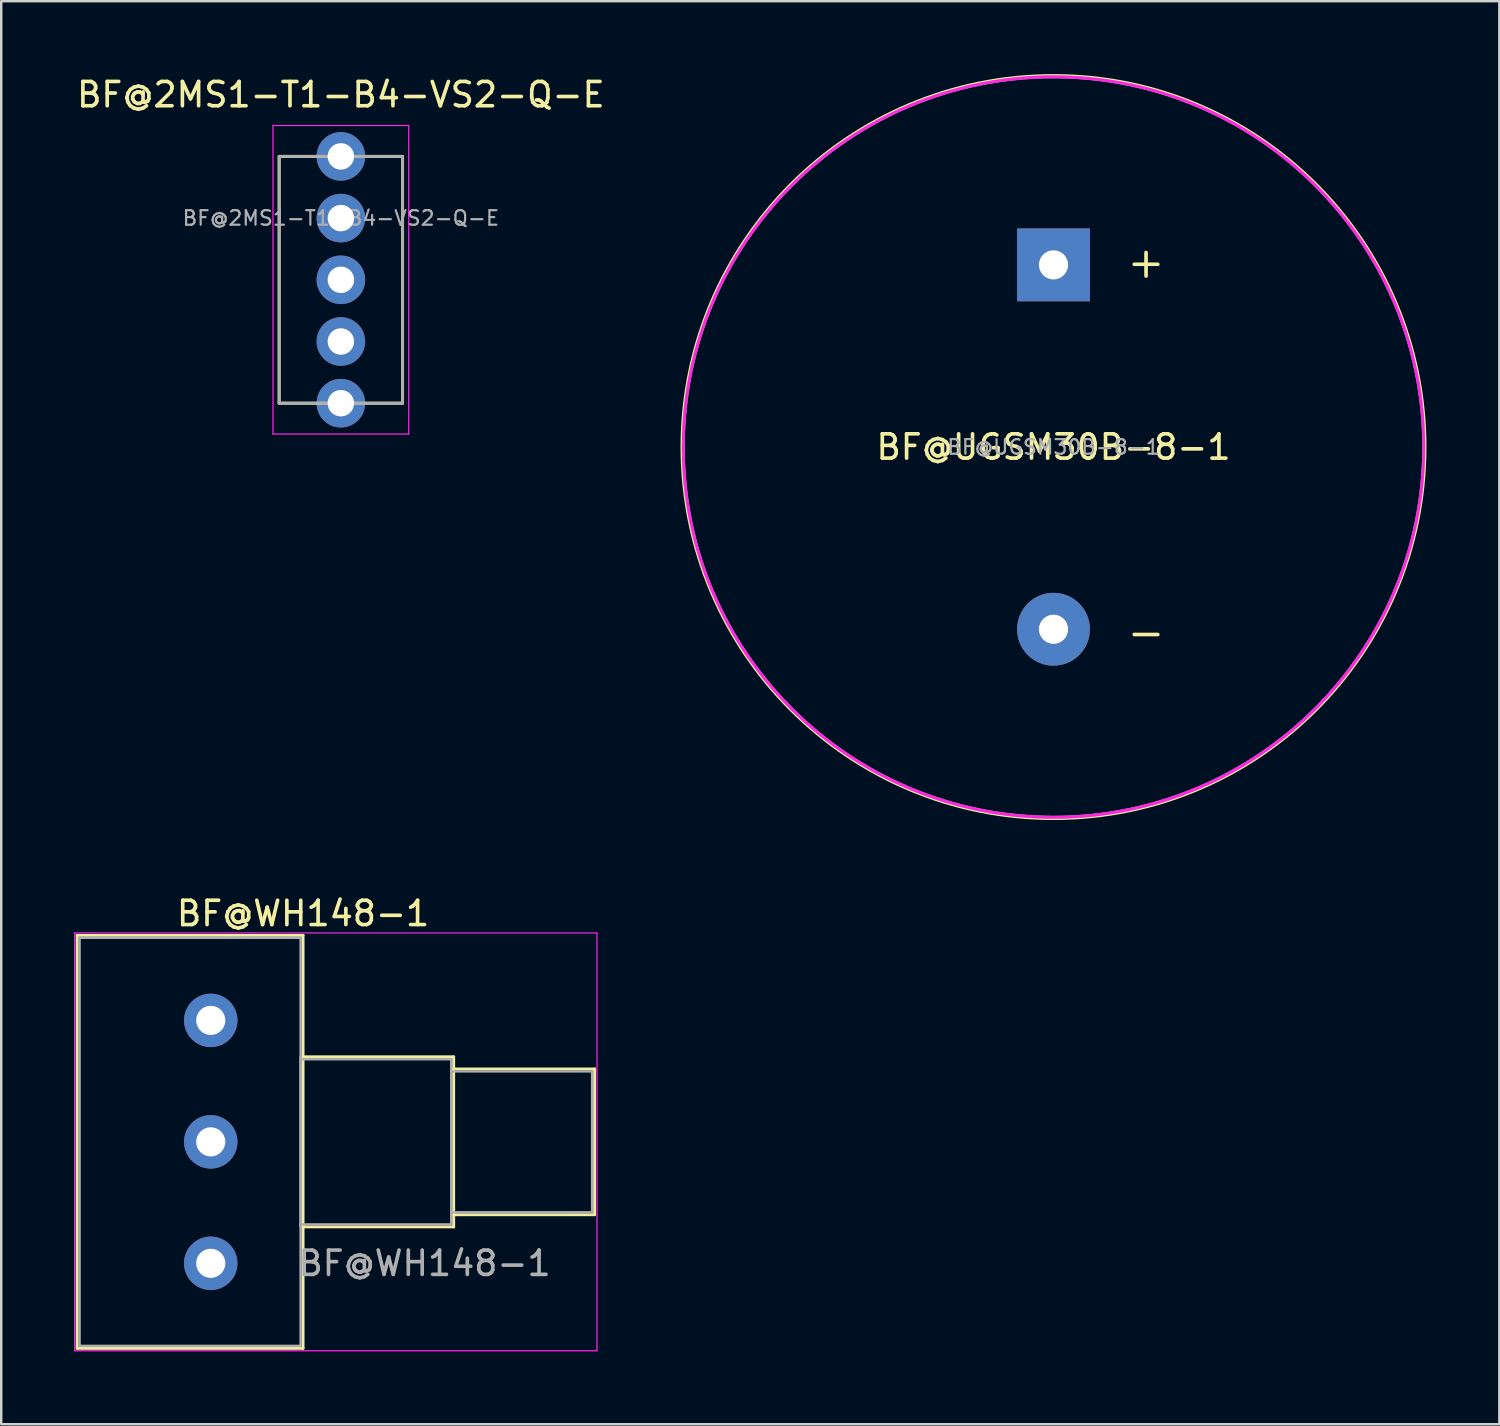
<source format=kicad_pcb>
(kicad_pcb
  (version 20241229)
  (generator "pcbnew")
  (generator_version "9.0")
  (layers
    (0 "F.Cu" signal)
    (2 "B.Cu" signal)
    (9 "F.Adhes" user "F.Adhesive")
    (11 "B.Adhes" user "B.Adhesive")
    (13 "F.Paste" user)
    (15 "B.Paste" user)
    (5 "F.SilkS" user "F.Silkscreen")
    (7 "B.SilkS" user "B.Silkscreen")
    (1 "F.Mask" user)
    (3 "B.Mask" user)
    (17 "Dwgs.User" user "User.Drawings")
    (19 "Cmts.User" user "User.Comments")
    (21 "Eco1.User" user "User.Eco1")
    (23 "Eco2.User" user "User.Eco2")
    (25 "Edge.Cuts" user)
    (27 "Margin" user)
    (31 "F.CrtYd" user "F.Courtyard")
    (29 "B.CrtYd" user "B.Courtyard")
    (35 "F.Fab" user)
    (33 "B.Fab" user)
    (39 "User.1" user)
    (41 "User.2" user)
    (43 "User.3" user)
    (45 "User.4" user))
  (footprint "BF@UGSM30B-8-1"
    (layer "F.Cu")
    (at 40.317 15.353)
    (property "Reference" "BF@UGSM30B-8-1" (at 0 0 0) (layer "F.SilkS") (effects (font (size 1 1) (thickness 0.15))))
    (attr through_hole)
    (fp_circle (center 0 0) (end 1.27 -15.24) (stroke (width 0.12) (type solid)) (fill no) (layer "F.SilkS"))
    (fp_circle (center 0 0) (end 15.24 0) (stroke (width 0.12) (type solid)) (fill no) (layer "F.CrtYd"))
    (fp_circle (center 0 0) (end 15.24 0) (stroke (width 0.12) (type solid)) (fill no) (layer "F.Fab"))
    (fp_text user "+" (at 3.81 -7.62 0) (layer "F.SilkS") (effects (font (size 1.27 1.27) (thickness 0.15))))
    (fp_text user "-" (at 3.81 7.62 0) (layer "F.SilkS") (effects (font (size 1.27 1.27) (thickness 0.15))))
    (fp_text user "${REFERENCE}" (at 0 0 0) (layer "F.Fab") (effects (font (size 0.6 0.6) (thickness 0.09))))
    (pad "1" thru_hole rect (at 0 -7.5) (size 3 3) (drill 1.2) (layers "*.Cu" "*.Mask"))
    (pad "2" thru_hole circle (at 0 7.5) (size 3 3) (drill 1.2) (layers "*.Cu" "*.Mask")))
  (footprint "BF@WH148-1"
    (layer "F.Cu")
    (at 9.425 43.954)
    (property "Reference" "BF@WH148-1" (at 0 -9.4 0) (layer "F.SilkS") (effects (font (size 1 1) (thickness 0.15))))
    (attr through_hole)
    (fp_line (start -9.3 -8.5) (end -9.3 8.5) (stroke (width 0.12) (type solid)) (layer "F.SilkS"))
    (fp_line (start -9.3 -8.5) (end 0 -8.5) (stroke (width 0.12) (type solid)) (layer "F.SilkS"))
    (fp_line (start -9.3 8.5) (end 0 8.5) (stroke (width 0.12) (type solid)) (layer "F.SilkS"))
    (fp_line (start 0 -8.5) (end 0 8.5) (stroke (width 0.12) (type solid)) (layer "F.SilkS"))
    (fp_line (start 0.02 -3.5) (end 6.2 -3.5) (stroke (width 0.12) (type solid)) (layer "F.SilkS"))
    (fp_line (start 0.02 3.5) (end 6.2 3.5) (stroke (width 0.12) (type solid)) (layer "F.SilkS"))
    (fp_line (start 6.2 -3.5) (end 6.2 3.5) (stroke (width 0.12) (type solid)) (layer "F.SilkS"))
    (fp_line (start 6.2 -3) (end 12 -3) (stroke (width 0.12) (type solid)) (layer "F.SilkS"))
    (fp_line (start 6.2 3) (end 12 3) (stroke (width 0.12) (type solid)) (layer "F.SilkS"))
    (fp_line (start 12 -3) (end 12 3) (stroke (width 0.12) (type solid)) (layer "F.SilkS"))
    (fp_line (start -9.4 -8.6) (end -9.4 8.6) (stroke (width 0.05) (type solid)) (layer "F.CrtYd"))
    (fp_line (start -9.4 8.6) (end 12.1 8.6) (stroke (width 0.05) (type solid)) (layer "F.CrtYd"))
    (fp_line (start 12.1 -8.6) (end -9.4 -8.6) (stroke (width 0.05) (type solid)) (layer "F.CrtYd"))
    (fp_line (start 12.1 8.6) (end 12.1 -8.6) (stroke (width 0.05) (type solid)) (layer "F.CrtYd"))
    (fp_line (start -9.2 -8.4) (end -9.2 8.4) (stroke (width 0.1) (type solid)) (layer "F.Fab"))
    (fp_line (start -9.2 8.4) (end -0.1 8.4) (stroke (width 0.1) (type solid)) (layer "F.Fab"))
    (fp_line (start -0.1 -8.4) (end -9.2 -8.4) (stroke (width 0.1) (type solid)) (layer "F.Fab"))
    (fp_line (start -0.1 -3.5) (end -0.1 3.5) (stroke (width 0.1) (type solid)) (layer "F.Fab"))
    (fp_line (start -0.1 3.4) (end 6.1 3.4) (stroke (width 0.1) (type solid)) (layer "F.Fab"))
    (fp_line (start -0.1 8.4) (end -0.1 -8.4) (stroke (width 0.1) (type solid)) (layer "F.Fab"))
    (fp_line (start 6.1 -3.4) (end -0.1 -3.4) (stroke (width 0.1) (type solid)) (layer "F.Fab"))
    (fp_line (start 6.1 2.9) (end 11.9 2.9) (stroke (width 0.1) (type solid)) (layer "F.Fab"))
    (fp_line (start 6.1 3.4) (end 6.1 -3.4) (stroke (width 0.1) (type solid)) (layer "F.Fab"))
    (fp_line (start 11.9 -2.9) (end 6.1 -2.9) (stroke (width 0.1) (type solid)) (layer "F.Fab"))
    (fp_line (start 11.9 2.9) (end 11.9 -2.9) (stroke (width 0.1) (type solid)) (layer "F.Fab"))
    (fp_text user "${REFERENCE}" (at 5 5 0) (layer "F.Fab") (effects (font (size 1 1) (thickness 0.15))))
    (pad "1" thru_hole circle (at -3.8 5) (size 2.2 2.2) (drill 1.2) (layers "*.Cu" "*.Mask"))
    (pad "2" thru_hole circle (at -3.8 0) (size 2.2 2.2) (drill 1.2) (layers "*.Cu" "*.Mask"))
    (pad "3" thru_hole circle (at -3.8 -5) (size 2.2 2.2) (drill 1.2) (layers "*.Cu" "*.Mask")))
  (footprint "BF@2MS1-T1-B4-VS2-Q-E"
    (layer "F.Cu")
    (at 10.982 5.928)
    (property "Reference" "BF@2MS1-T1-B4-VS2-Q-E" (at 0 -5.08 0) (layer "F.SilkS") (effects (font (size 1 1) (thickness 0.15))))
    (attr through_hole)
    (fp_line (start -2.54 -2.54) (end -2.54 7.62) (stroke (width 0.12) (type solid)) (layer "F.SilkS"))
    (fp_line (start -2.54 7.62) (end 2.54 7.62) (stroke (width 0.12) (type solid)) (layer "F.SilkS"))
    (fp_line (start 2.54 -2.54) (end -2.54 -2.54) (stroke (width 0.12) (type solid)) (layer "F.SilkS"))
    (fp_line (start 2.54 7.62) (end 2.54 -2.54) (stroke (width 0.12) (type solid)) (layer "F.SilkS"))
    (fp_line (start -2.794 -3.81) (end -2.794 8.89) (stroke (width 0.05) (type solid)) (layer "F.CrtYd"))
    (fp_line (start -2.794 8.89) (end 2.794 8.89) (stroke (width 0.05) (type solid)) (layer "F.CrtYd"))
    (fp_line (start 2.794 -3.81) (end -2.794 -3.81) (stroke (width 0.05) (type solid)) (layer "F.CrtYd"))
    (fp_line (start 2.794 8.89) (end 2.794 -3.81) (stroke (width 0.05) (type solid)) (layer "F.CrtYd"))
    (fp_line (start -2.54 -2.54) (end 2.54 -2.54) (stroke (width 0.12) (type solid)) (layer "F.Fab"))
    (fp_line (start -2.54 7.62) (end -2.54 -2.54) (stroke (width 0.12) (type solid)) (layer "F.Fab"))
    (fp_line (start 2.54 -2.54) (end 2.54 7.62) (stroke (width 0.12) (type solid)) (layer "F.Fab"))
    (fp_line (start 2.54 7.62) (end -2.54 7.62) (stroke (width 0.12) (type solid)) (layer "F.Fab"))
    (fp_text user "${REFERENCE}" (at 0 0 0) (layer "F.Fab") (effects (font (size 0.6 0.6) (thickness 0.09))))
    (pad "1" thru_hole circle (at 0 0) (size 2 2) (drill 1.09) (layers "*.Cu" "*.Mask"))
    (pad "2" thru_hole circle (at 0 2.54) (size 2 2) (drill 1.09) (layers "*.Cu" "*.Mask"))
    (pad "3" thru_hole circle (at 0 5.08) (size 2 2) (drill 1.09) (layers "*.Cu" "*.Mask"))
    (pad "4" thru_hole circle (at 0 -2.54) (size 2 2) (drill 1.09) (layers "*.Cu" "*.Mask"))
    (pad "4" thru_hole circle (at 0 7.62) (size 2 2) (drill 1.09) (layers "*.Cu" "*.Mask")))
  (gr_rect
    (start -3 -3)
    (end 58.67 55.579)
    (stroke (width 0.1) (type default))
    (fill no)
    (layer "Edge.Cuts")))
</source>
